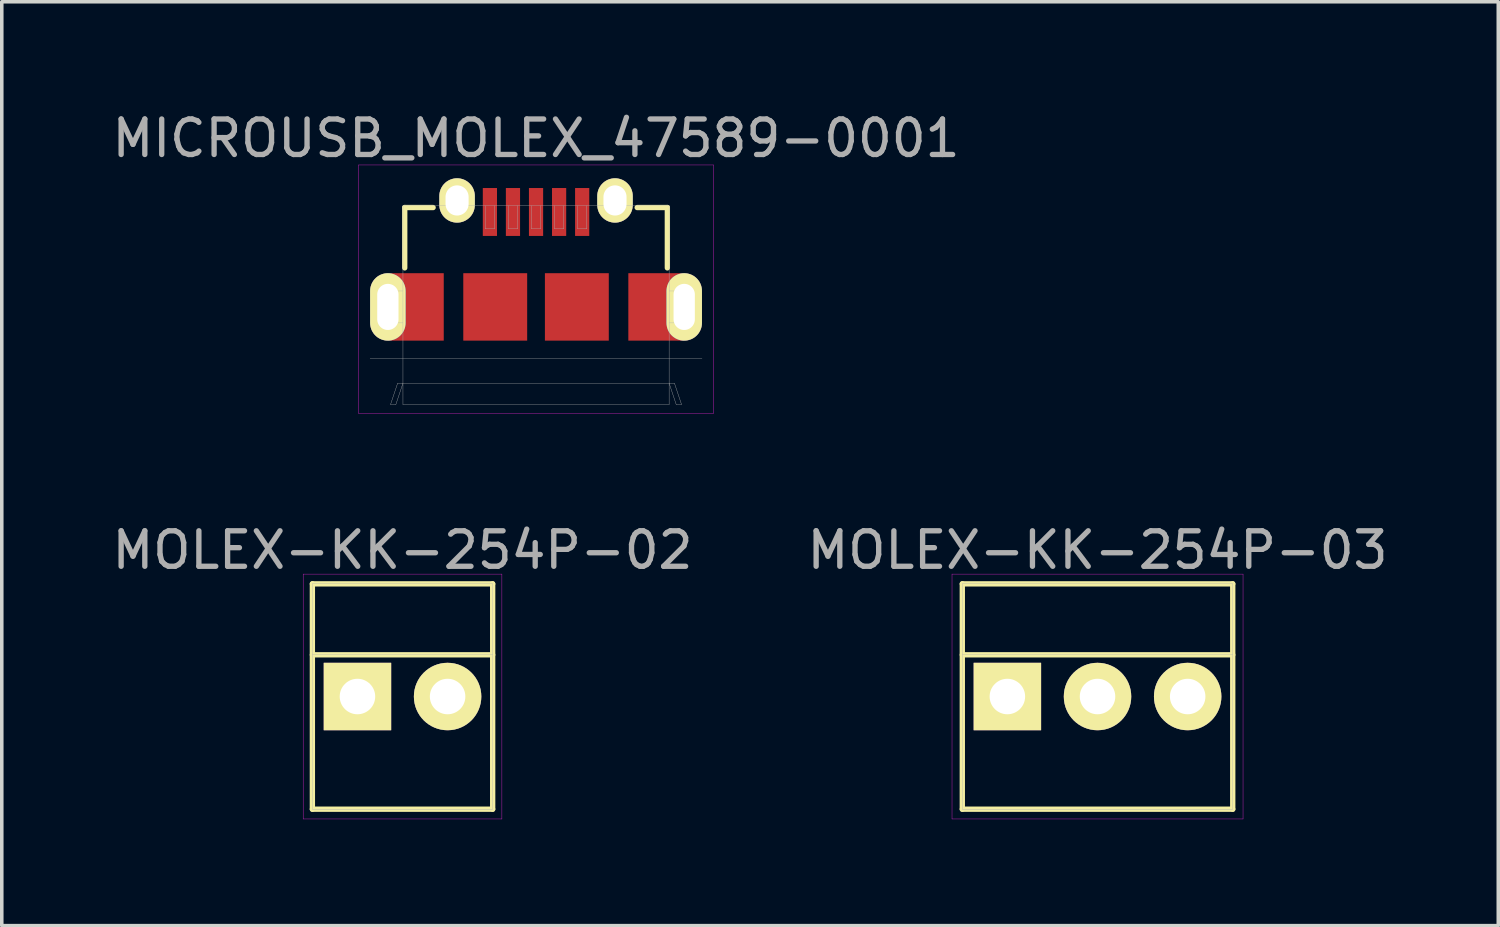
<source format=kicad_pcb>
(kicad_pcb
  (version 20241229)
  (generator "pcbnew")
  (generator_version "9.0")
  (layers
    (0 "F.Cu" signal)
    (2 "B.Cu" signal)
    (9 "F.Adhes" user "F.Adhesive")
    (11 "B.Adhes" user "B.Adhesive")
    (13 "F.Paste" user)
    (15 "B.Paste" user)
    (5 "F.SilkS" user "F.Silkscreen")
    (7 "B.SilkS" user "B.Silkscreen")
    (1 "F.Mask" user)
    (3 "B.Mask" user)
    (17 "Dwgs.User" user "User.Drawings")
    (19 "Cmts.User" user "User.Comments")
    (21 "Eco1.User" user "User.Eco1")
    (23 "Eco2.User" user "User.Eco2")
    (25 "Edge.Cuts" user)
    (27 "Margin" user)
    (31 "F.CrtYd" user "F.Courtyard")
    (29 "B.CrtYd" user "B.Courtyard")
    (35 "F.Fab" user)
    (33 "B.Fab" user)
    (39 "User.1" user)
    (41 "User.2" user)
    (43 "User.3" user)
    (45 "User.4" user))
  (footprint "MICROUSB_MOLEX_47589-0001"
    (layer "F.Cu")
    (at 12.054 5.598)
    (property "Reference" "MICROUSB_MOLEX_47589-0001" (at 0 -4.75 0) (layer "F.Fab") (effects (font (size 1 1) (thickness 0.15))))
    (attr through_hole)
    (fp_line (start -3.7 -2.8) (end -3.7 -1.1) (stroke (width 0.15) (type solid)) (layer "F.SilkS"))
    (fp_line (start -2.9 -2.8) (end -3.7 -2.8) (stroke (width 0.15) (type solid)) (layer "F.SilkS"))
    (fp_line (start 3.7 -2.8) (end 2.85 -2.8) (stroke (width 0.15) (type solid)) (layer "F.SilkS"))
    (fp_line (start 3.7 -1.1) (end 3.7 -2.8) (stroke (width 0.15) (type solid)) (layer "F.SilkS"))
    (fp_line (start -5 -4) (end 5 -4) (stroke (width 0.01) (type solid)) (layer "F.CrtYd"))
    (fp_line (start -5 3) (end -5 -4) (stroke (width 0.01) (type solid)) (layer "F.CrtYd"))
    (fp_line (start 5 -4) (end 5 3) (stroke (width 0.01) (type solid)) (layer "F.CrtYd"))
    (fp_line (start 5 3) (end -5 3) (stroke (width 0.01) (type solid)) (layer "F.CrtYd"))
    (fp_line (start -4.675 1.45) (end 4.675 1.45) (stroke (width 0.01) (type solid)) (layer "F.Fab"))
    (fp_line (start -4.33 -0.45) (end -3.75 -0.45) (stroke (width 0.01) (type solid)) (layer "F.Fab"))
    (fp_line (start -4.33 0.45) (end -4.33 -0.45) (stroke (width 0.01) (type solid)) (layer "F.Fab"))
    (fp_line (start -4.1 2.75) (end -3.95 2.75) (stroke (width 0.01) (type solid)) (layer "F.Fab"))
    (fp_line (start -4.1 2.75) (end -3.9 2.15) (stroke (width 0.01) (type solid)) (layer "F.Fab"))
    (fp_line (start -4.03 -0.45) (end -4.03 0.45) (stroke (width 0.01) (type solid)) (layer "F.Fab"))
    (fp_line (start -3.95 2.75) (end -3.75 2.15) (stroke (width 0.01) (type solid)) (layer "F.Fab"))
    (fp_line (start -3.75 -2.85) (end 3.75 -2.85) (stroke (width 0.01) (type solid)) (layer "F.Fab"))
    (fp_line (start -3.75 0.45) (end -4.33 0.45) (stroke (width 0.01) (type solid)) (layer "F.Fab"))
    (fp_line (start -3.75 2.75) (end -3.75 -2.85) (stroke (width 0.01) (type solid)) (layer "F.Fab"))
    (fp_line (start -3.75 2.75) (end 3.75 2.75) (stroke (width 0.01) (type solid)) (layer "F.Fab"))
    (fp_line (start -2.45 -3.15) (end -2.45 -2.85) (stroke (width 0.01) (type solid)) (layer "F.Fab"))
    (fp_line (start -2 -3.15) (end -2.45 -3.15) (stroke (width 0.01) (type solid)) (layer "F.Fab"))
    (fp_line (start -2 -2.85) (end -2 -3.15) (stroke (width 0.01) (type solid)) (layer "F.Fab"))
    (fp_line (start -1.43 -2.85) (end -1.43 -2.2) (stroke (width 0.01) (type solid)) (layer "F.Fab"))
    (fp_line (start -1.43 -2.2) (end -1.17 -2.2) (stroke (width 0.01) (type solid)) (layer "F.Fab"))
    (fp_line (start -1.17 -2.2) (end -1.17 -2.85) (stroke (width 0.01) (type solid)) (layer "F.Fab"))
    (fp_line (start -0.78 -2.85) (end -0.78 -2.2) (stroke (width 0.01) (type solid)) (layer "F.Fab"))
    (fp_line (start -0.78 -2.2) (end -0.52 -2.2) (stroke (width 0.01) (type solid)) (layer "F.Fab"))
    (fp_line (start -0.52 -2.2) (end -0.52 -2.85) (stroke (width 0.01) (type solid)) (layer "F.Fab"))
    (fp_line (start -0.13 -2.2) (end -0.13 -2.85) (stroke (width 0.01) (type solid)) (layer "F.Fab"))
    (fp_line (start 0.13 -2.85) (end 0.13 -2.2) (stroke (width 0.01) (type solid)) (layer "F.Fab"))
    (fp_line (start 0.13 -2.2) (end -0.13 -2.2) (stroke (width 0.01) (type solid)) (layer "F.Fab"))
    (fp_line (start 0.52 -2.85) (end 0.52 -2.2) (stroke (width 0.01) (type solid)) (layer "F.Fab"))
    (fp_line (start 0.52 -2.2) (end 0.78 -2.2) (stroke (width 0.01) (type solid)) (layer "F.Fab"))
    (fp_line (start 0.78 -2.2) (end 0.78 -2.85) (stroke (width 0.01) (type solid)) (layer "F.Fab"))
    (fp_line (start 1.17 -2.85) (end 1.17 -2.2) (stroke (width 0.01) (type solid)) (layer "F.Fab"))
    (fp_line (start 1.17 -2.2) (end 1.43 -2.2) (stroke (width 0.01) (type solid)) (layer "F.Fab"))
    (fp_line (start 1.43 -2.2) (end 1.43 -2.85) (stroke (width 0.01) (type solid)) (layer "F.Fab"))
    (fp_line (start 2 -3.15) (end 2.45 -3.15) (stroke (width 0.01) (type solid)) (layer "F.Fab"))
    (fp_line (start 2 -2.85) (end 2 -3.15) (stroke (width 0.01) (type solid)) (layer "F.Fab"))
    (fp_line (start 2.45 -3.15) (end 2.45 -2.85) (stroke (width 0.01) (type solid)) (layer "F.Fab"))
    (fp_line (start 3.75 -2.85) (end 3.75 2.75) (stroke (width 0.01) (type solid)) (layer "F.Fab"))
    (fp_line (start 3.75 0.45) (end 4.33 0.45) (stroke (width 0.01) (type solid)) (layer "F.Fab"))
    (fp_line (start 3.9 2.15) (end -3.9 2.15) (stroke (width 0.01) (type solid)) (layer "F.Fab"))
    (fp_line (start 3.95 2.75) (end 3.75 2.15) (stroke (width 0.01) (type solid)) (layer "F.Fab"))
    (fp_line (start 4.03 -0.45) (end 4.03 0.45) (stroke (width 0.01) (type solid)) (layer "F.Fab"))
    (fp_line (start 4.03 0.45) (end 4.03 0.45) (stroke (width 0.01) (type solid)) (layer "F.Fab"))
    (fp_line (start 4.1 2.75) (end 3.9 2.15) (stroke (width 0.01) (type solid)) (layer "F.Fab"))
    (fp_line (start 4.1 2.75) (end 3.95 2.75) (stroke (width 0.01) (type solid)) (layer "F.Fab"))
    (fp_line (start 4.33 -0.45) (end 3.75 -0.45) (stroke (width 0.01) (type solid)) (layer "F.Fab"))
    (fp_line (start 4.33 0.45) (end 4.33 -0.45) (stroke (width 0.01) (type solid)) (layer "F.Fab"))
    (pad "" thru_hole oval (at -4.175 0) (size 1 1.9) (drill oval 0.6 1.3) (layers "*.Cu" "*.Mask" "F.SilkS"))
    (pad "" smd rect (at -3.388 0) (size 1.575 1.9) (layers "F.Cu" "F.Mask" "F.Paste"))
    (pad "" thru_hole oval (at -2.225 -3) (size 1 1.25) (drill oval 0.65 0.85) (layers "*.Cu" "*.Mask" "F.SilkS"))
    (pad "" smd rect (at -1.15 0) (size 1.8 1.9) (layers "F.Cu" "F.Mask" "F.Paste"))
    (pad "" smd rect (at 1.15 0) (size 1.8 1.9) (layers "F.Cu" "F.Mask" "F.Paste"))
    (pad "" smd rect (at 3.388 0) (size 1.575 1.9) (layers "F.Cu" "F.Mask" "F.Paste"))
    (pad "" thru_hole oval (at 4.175 0) (size 1 1.9) (drill oval 0.6 1.3) (layers "*.Cu" "*.Mask" "F.SilkS"))
    (pad "1" smd rect (at -1.3 -2.675) (size 0.4 1.35) (layers "F.Cu" "F.Mask" "F.Paste"))
    (pad "2" smd rect (at -0.65 -2.675) (size 0.4 1.35) (layers "F.Cu" "F.Mask" "F.Paste"))
    (pad "3" smd rect (at 0 -2.675) (size 0.4 1.35) (layers "F.Cu" "F.Mask" "F.Paste"))
    (pad "4" smd rect (at 0.65 -2.675) (size 0.4 1.35) (layers "F.Cu" "F.Mask" "F.Paste"))
    (pad "5" smd rect (at 1.3 -2.675) (size 0.4 1.35) (layers "F.Cu" "F.Mask" "F.Paste"))
    (pad "S" thru_hole oval (at 2.225 -3) (size 1 1.25) (drill oval 0.65 0.85) (layers "*.Cu" "*.Mask" "F.SilkS")))
  (footprint "MOLEX-KK-254P-02"
    (layer "F.Cu")
    (at 8.292 16.576)
    (property "Reference" "MOLEX-KK-254P-02" (at 0 -4.125 0) (layer "F.Fab") (effects (font (size 1 1) (thickness 0.15))))
    (attr through_hole)
    (fp_line (start -2.54 -3.175) (end 2.54 -3.175) (stroke (width 0.15) (type solid)) (layer "F.SilkS"))
    (fp_line (start -2.54 -1.175) (end 2.54 -1.175) (stroke (width 0.15) (type solid)) (layer "F.SilkS"))
    (fp_line (start -2.54 3.175) (end -2.54 -3.175) (stroke (width 0.15) (type solid)) (layer "F.SilkS"))
    (fp_line (start 2.54 -3.175) (end 2.54 3.175) (stroke (width 0.15) (type solid)) (layer "F.SilkS"))
    (fp_line (start 2.54 3.175) (end -2.54 3.175) (stroke (width 0.15) (type solid)) (layer "F.SilkS"))
    (fp_line (start -2.8 -3.45) (end 2.8 -3.45) (stroke (width 0.01) (type solid)) (layer "F.CrtYd"))
    (fp_line (start -2.8 3.45) (end -2.8 -3.45) (stroke (width 0.01) (type solid)) (layer "F.CrtYd"))
    (fp_line (start 2.8 -3.45) (end 2.8 3.45) (stroke (width 0.01) (type solid)) (layer "F.CrtYd"))
    (fp_line (start 2.8 3.45) (end -2.8 3.45) (stroke (width 0.01) (type solid)) (layer "F.CrtYd"))
    (fp_line (start -2.54 -3.175) (end 2.54 -3.175) (stroke (width 0.01) (type solid)) (layer "F.Fab"))
    (fp_line (start -2.54 -1.175) (end 2.54 -1.175) (stroke (width 0.01) (type solid)) (layer "F.Fab"))
    (fp_line (start -2.54 3.175) (end -2.54 -3.175) (stroke (width 0.01) (type solid)) (layer "F.Fab"))
    (fp_line (start 2.54 -3.175) (end 2.54 3.175) (stroke (width 0.01) (type solid)) (layer "F.Fab"))
    (fp_line (start 2.54 3.175) (end -2.54 3.175) (stroke (width 0.01) (type solid)) (layer "F.Fab"))
    (pad "1" thru_hole rect (at -1.27 0) (size 1.9 1.9) (drill 1) (layers "*.Cu" "*.Mask" "F.SilkS"))
    (pad "2" thru_hole circle (at 1.27 0) (size 1.9 1.9) (drill 1) (layers "*.Cu" "*.Mask" "F.SilkS")))
  (footprint "MOLEX-KK-254P-03"
    (layer "F.Cu")
    (at 27.875 16.576)
    (property "Reference" "MOLEX-KK-254P-03" (at 0 -4.125 0) (layer "F.Fab") (effects (font (size 1 1) (thickness 0.15))))
    (attr through_hole)
    (fp_line (start -3.81 -3.175) (end 3.81 -3.175) (stroke (width 0.15) (type solid)) (layer "F.SilkS"))
    (fp_line (start -3.81 -1.175) (end 3.81 -1.175) (stroke (width 0.15) (type solid)) (layer "F.SilkS"))
    (fp_line (start -3.81 3.175) (end -3.81 -3.175) (stroke (width 0.15) (type solid)) (layer "F.SilkS"))
    (fp_line (start 3.81 -3.175) (end 3.81 3.175) (stroke (width 0.15) (type solid)) (layer "F.SilkS"))
    (fp_line (start 3.81 3.175) (end -3.81 3.175) (stroke (width 0.15) (type solid)) (layer "F.SilkS"))
    (fp_line (start -4.1 -3.45) (end 4.1 -3.45) (stroke (width 0.01) (type solid)) (layer "F.CrtYd"))
    (fp_line (start -4.1 3.45) (end -4.1 -3.45) (stroke (width 0.01) (type solid)) (layer "F.CrtYd"))
    (fp_line (start 4.1 -3.45) (end 4.1 3.45) (stroke (width 0.01) (type solid)) (layer "F.CrtYd"))
    (fp_line (start 4.1 3.45) (end -4.1 3.45) (stroke (width 0.01) (type solid)) (layer "F.CrtYd"))
    (fp_line (start -3.81 -3.175) (end 3.81 -3.175) (stroke (width 0.01) (type solid)) (layer "F.Fab"))
    (fp_line (start -3.81 -1.175) (end 3.81 -1.175) (stroke (width 0.01) (type solid)) (layer "F.Fab"))
    (fp_line (start -3.81 3.175) (end -3.81 -3.175) (stroke (width 0.01) (type solid)) (layer "F.Fab"))
    (fp_line (start 3.81 -3.175) (end 3.81 3.175) (stroke (width 0.01) (type solid)) (layer "F.Fab"))
    (fp_line (start 3.81 3.175) (end -3.81 3.175) (stroke (width 0.01) (type solid)) (layer "F.Fab"))
    (pad "1" thru_hole rect (at -2.54 0) (size 1.9 1.9) (drill 1) (layers "*.Cu" "*.Mask" "F.SilkS"))
    (pad "2" thru_hole circle (at 0 0) (size 1.9 1.9) (drill 1) (layers "*.Cu" "*.Mask" "F.SilkS"))
    (pad "3" thru_hole circle (at 2.54 0) (size 1.9 1.9) (drill 1) (layers "*.Cu" "*.Mask" "F.SilkS")))
  (gr_rect
    (start -3 -3)
    (end 39.167 23.032)
    (stroke (width 0.1) (type default))
    (fill no)
    (layer "Edge.Cuts")))
</source>
